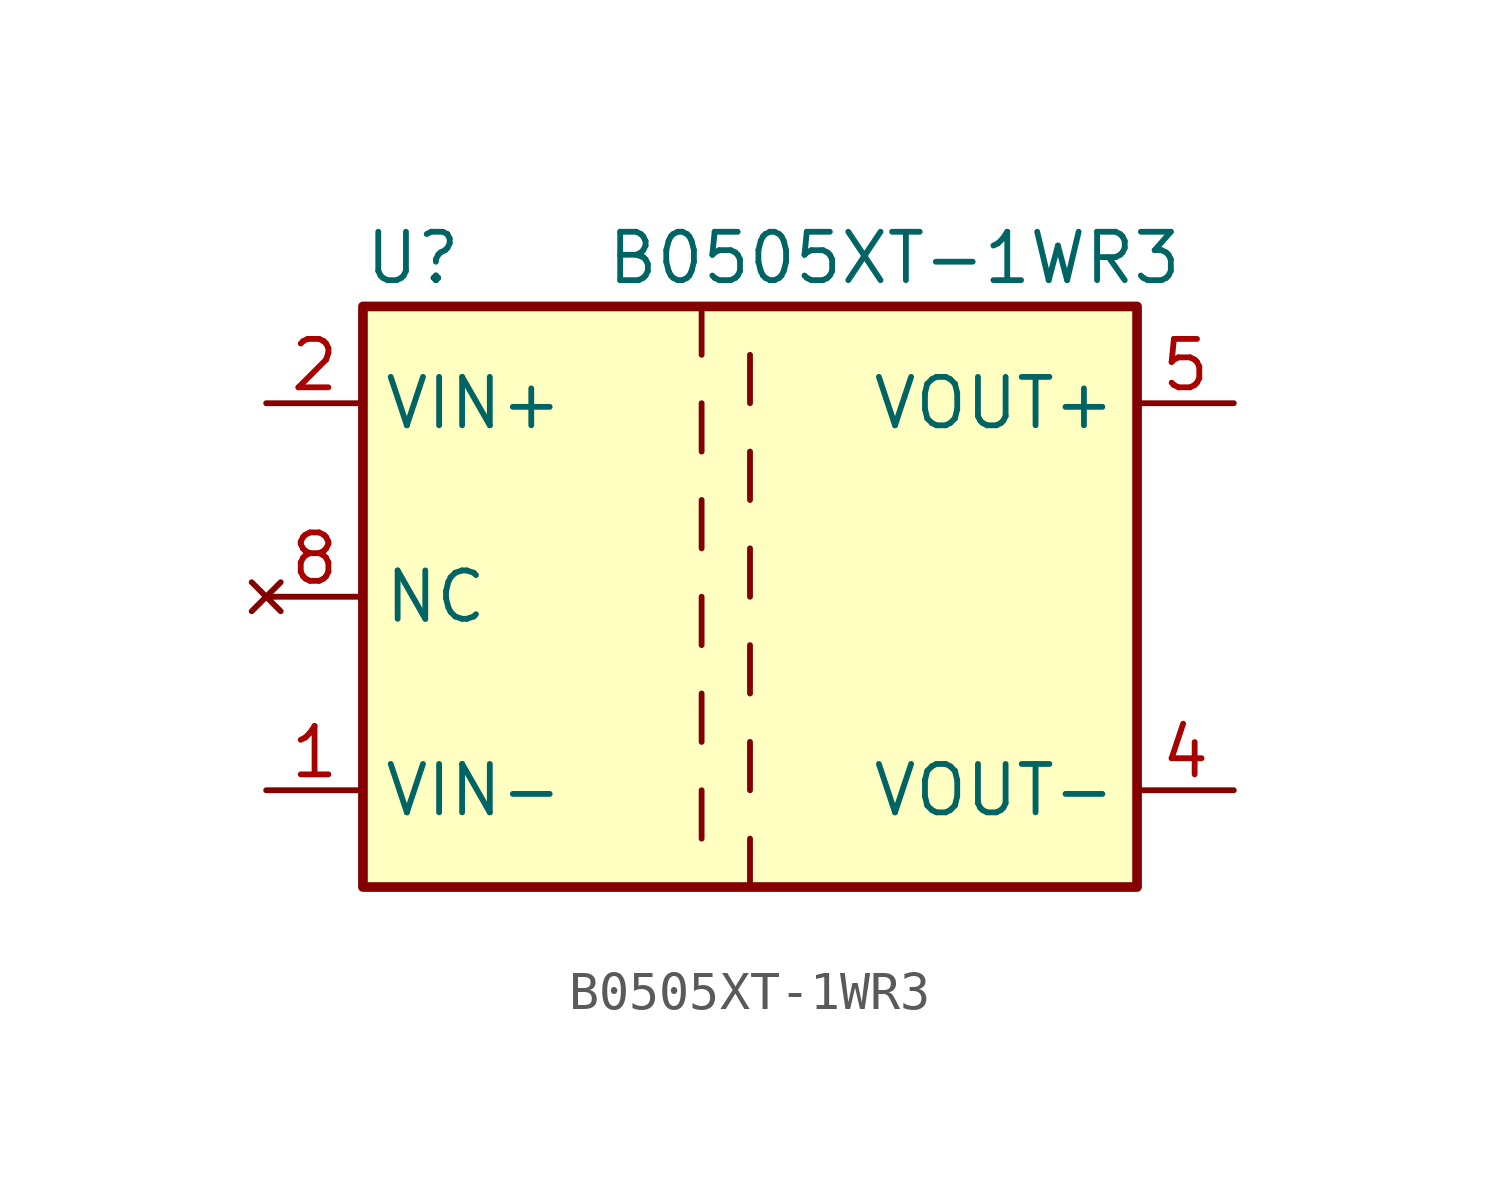
<source format=kicad_sym>
(kicad_symbol_lib
  (version 20201005)
  (generator kicad_symbol_editor)
  (symbol "Converter_DCDC:B0505XT-1WR3"
    (property "Reference" "U"
      (at -10.16 8.89 0)
      (effects (font (size 1.27 1.27)) (justify left)))
    (property "Value" "B0505XT-1WR3"
      (at -3.81 8.89 0)
      (effects (font (size 1.27 1.27)) (justify left)))
    (symbol "B0505XT-1WR3_0_1"
      (rectangle (start -10.16 7.62) (end 10.16 -7.62) (stroke (width 0.254)) (fill (type background)))
      (polyline (pts (xy -1.27 -5.08) (xy -1.27 -6.35)) (stroke (width 0)) (fill (type none)))
      (polyline (pts (xy -1.27 -2.54) (xy -1.27 -3.81)) (stroke (width 0)) (fill (type none)))
      (polyline (pts (xy -1.27 0) (xy -1.27 -1.27)) (stroke (width 0)) (fill (type none)))
      (polyline (pts (xy -1.27 2.54) (xy -1.27 1.27)) (stroke (width 0)) (fill (type none)))
      (polyline (pts (xy -1.27 5.08) (xy -1.27 3.81)) (stroke (width 0)) (fill (type none)))
      (polyline (pts (xy -1.27 7.62) (xy -1.27 6.35)) (stroke (width 0)) (fill (type none)))
      (polyline (pts (xy 0 -7.62) (xy 0 -6.35)) (stroke (width 0)) (fill (type none)))
      (polyline (pts (xy 0 -5.08) (xy 0 -3.81)) (stroke (width 0)) (fill (type none)))
      (polyline (pts (xy 0 -1.27) (xy 0 -2.54)) (stroke (width 0)) (fill (type none)))
      (polyline (pts (xy 0 0) (xy 0 1.27)) (stroke (width 0)) (fill (type none)))
      (polyline (pts (xy 0 2.54) (xy 0 3.81)) (stroke (width 0)) (fill (type none)))
      (polyline (pts (xy 0 5.08) (xy 0 6.35)) (stroke (width 0)) (fill (type none))))
    (symbol "B0505XT-1WR3_1_1"
      (pin power_in line (at -12.7 -5.08 0) (length 2.54) (name "VIN-" (effects (font (size 1.27 1.27)))) (number "1" (effects (font (size 1.27 1.27)))))
      (pin power_in line (at -12.7 5.08 0) (length 2.54) (name "VIN+" (effects (font (size 1.27 1.27)))) (number "2" (effects (font (size 1.27 1.27)))))
      (pin power_out line (at 12.7 -5.08 180) (length 2.54) (name "VOUT-" (effects (font (size 1.27 1.27)))) (number "4" (effects (font (size 1.27 1.27)))))
      (pin power_out line (at 12.7 5.08 180) (length 2.54) (name "VOUT+" (effects (font (size 1.27 1.27)))) (number "5" (effects (font (size 1.27 1.27)))))
      (pin unconnected line (at -12.7 0 0) (length 2.54) (name "NC" (effects (font (size 1.27 1.27)))) (number "8" (effects (font (size 1.27 1.27))))))))
</source>
